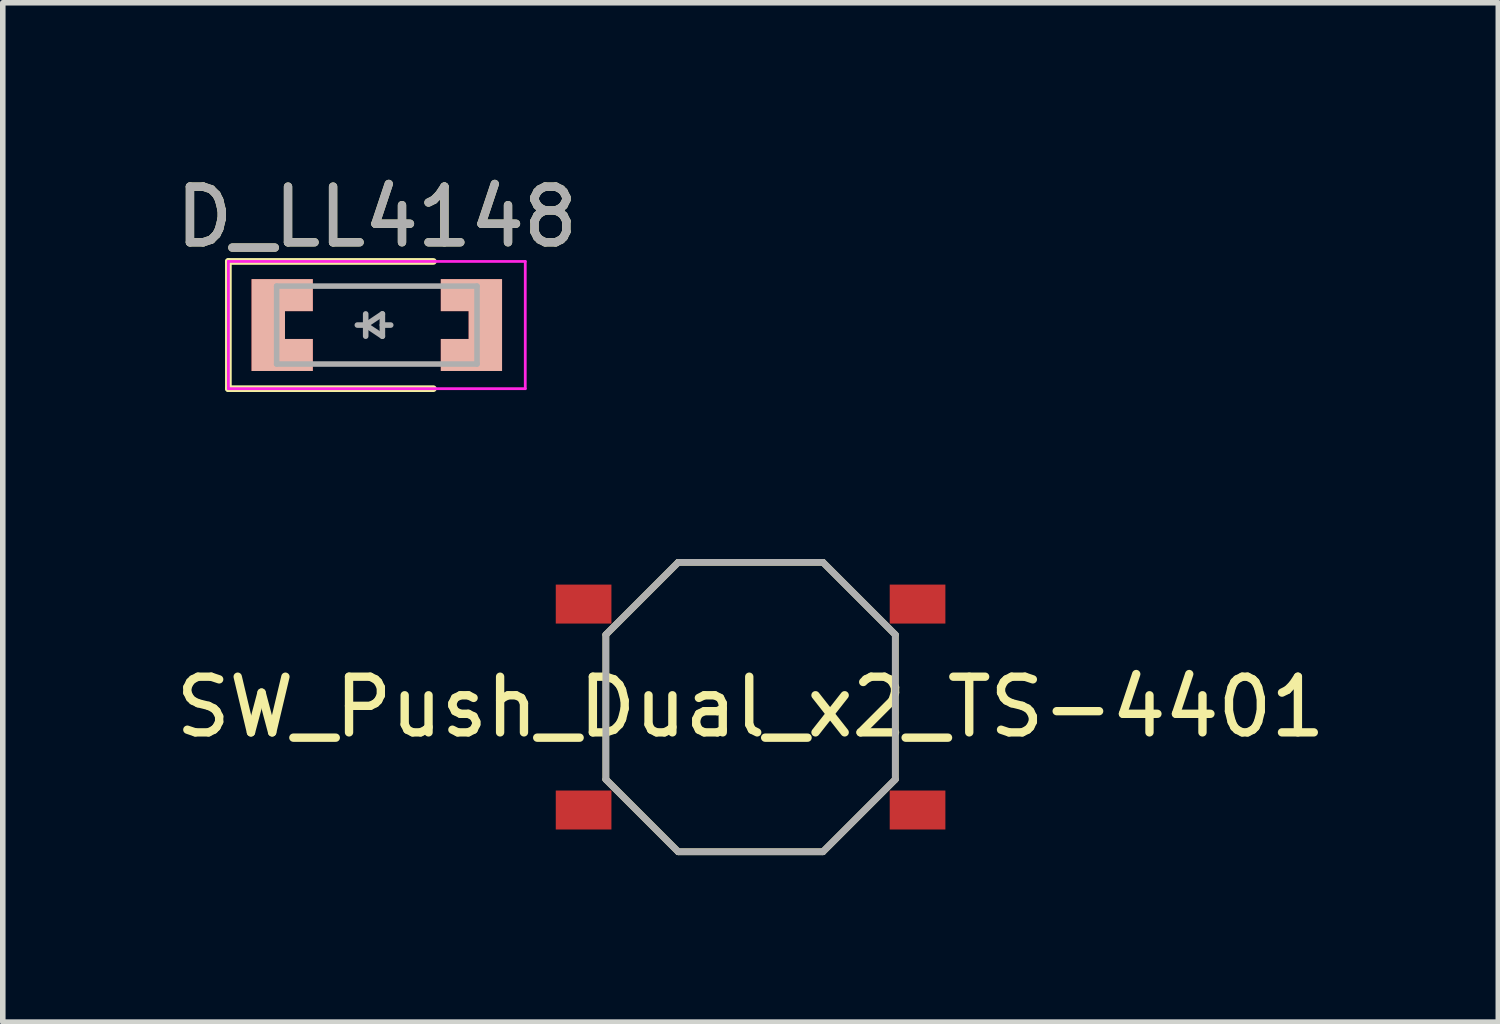
<source format=kicad_pcb>
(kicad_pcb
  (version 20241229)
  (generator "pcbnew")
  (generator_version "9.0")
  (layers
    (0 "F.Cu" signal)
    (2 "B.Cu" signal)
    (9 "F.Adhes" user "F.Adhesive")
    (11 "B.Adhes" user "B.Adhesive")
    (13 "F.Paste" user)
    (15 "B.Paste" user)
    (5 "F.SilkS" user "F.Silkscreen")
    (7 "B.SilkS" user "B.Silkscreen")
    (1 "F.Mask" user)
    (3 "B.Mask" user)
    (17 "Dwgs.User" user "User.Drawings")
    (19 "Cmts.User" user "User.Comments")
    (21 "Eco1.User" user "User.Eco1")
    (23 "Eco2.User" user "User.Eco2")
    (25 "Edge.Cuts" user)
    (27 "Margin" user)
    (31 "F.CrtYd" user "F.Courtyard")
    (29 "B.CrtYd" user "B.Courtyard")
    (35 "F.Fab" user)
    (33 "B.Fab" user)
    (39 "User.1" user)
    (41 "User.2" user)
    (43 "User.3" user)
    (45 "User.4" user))
  (footprint "D_LL4148"
    (layer "F.Cu")
    (at 3.72 2.79)
    (property "Reference" "D_LL4148" (at 0 -1.942 0) (layer "F.SilkS") (effects (font (size 1 1) (thickness 0.15))))
    (attr smd)
    (fp_line (start -2.667 -1.143) (end -2.667 1.143) (stroke (width 0.12) (type solid)) (layer "F.SilkS"))
    (fp_line (start -2.667 -1.143) (end 1.016 -1.143) (stroke (width 0.12) (type solid)) (layer "F.SilkS"))
    (fp_line (start -2.667 1.143) (end 1.016 1.143) (stroke (width 0.12) (type solid)) (layer "F.SilkS"))
    (fp_line (start -2.667 -1.143) (end -2.667 1.143) (stroke (width 0.05) (type solid)) (layer "F.CrtYd"))
    (fp_line (start -2.667 -1.143) (end 2.667 -1.143) (stroke (width 0.05) (type solid)) (layer "F.CrtYd"))
    (fp_line (start 2.667 -1.143) (end 2.667 1.143) (stroke (width 0.05) (type solid)) (layer "F.CrtYd"))
    (fp_line (start 2.667 1.143) (end -2.667 1.143) (stroke (width 0.05) (type solid)) (layer "F.CrtYd"))
    (fp_line (start -1.8 -0.7) (end -1.8 0.7) (stroke (width 0.1) (type solid)) (layer "F.Fab"))
    (fp_line (start -1.8 0.7) (end 1.8 0.7) (stroke (width 0.1) (type solid)) (layer "F.Fab"))
    (fp_line (start -0.2 0) (end -0.35 0) (stroke (width 0.1) (type solid)) (layer "F.Fab"))
    (fp_line (start -0.2 0) (end 0.1 0.2) (stroke (width 0.1) (type solid)) (layer "F.Fab"))
    (fp_line (start -0.2 0.2) (end -0.2 -0.2) (stroke (width 0.1) (type solid)) (layer "F.Fab"))
    (fp_line (start 0.1 -0.2) (end -0.2 0) (stroke (width 0.1) (type solid)) (layer "F.Fab"))
    (fp_line (start 0.1 0) (end 0.25 0) (stroke (width 0.1) (type solid)) (layer "F.Fab"))
    (fp_line (start 0.1 0.2) (end 0.1 -0.2) (stroke (width 0.1) (type solid)) (layer "F.Fab"))
    (fp_line (start 1.8 -0.7) (end -1.8 -0.7) (stroke (width 0.1) (type solid)) (layer "F.Fab"))
    (fp_line (start 1.8 0.7) (end 1.8 -0.7) (stroke (width 0.1) (type solid)) (layer "F.Fab"))
    (fp_text user "${REFERENCE}" (at 0 -1.942 0) (layer "F.Fab") (effects (font (size 1 1) (thickness 0.15))))
    (pad "1" smd custom (at -1.95 0) (size 0.6 1.6) (layers "F.Cu" "F.Mask" "B.SilkS" "F.Paste" "Eco1.User") (options (anchor rect)) (primitives (gr_poly (pts (xy -0.3 -0.825) (xy -0.3 0.825) (xy 0.8 0.825) (xy 0.8 0.25) (xy 0.3 0.25) (xy 0.3 -0.25) (xy 0.8 -0.25) (xy 0.8 -0.825)) (width 0) (fill yes))))
    (pad "2" smd custom (at 1.95 0 180) (size 0.6 1.6) (layers "F.Cu" "F.Mask" "B.SilkS" "F.Paste" "Eco1.User") (options (anchor rect)) (primitives (gr_poly (pts (xy -0.3 -0.825) (xy -0.3 0.825) (xy 0.8 0.825) (xy 0.8 0.25) (xy 0.3 0.25) (xy 0.3 -0.25) (xy 0.8 -0.25) (xy 0.8 -0.825)) (width 0) (fill yes)))))
  (footprint "SW_Push_Dual_x2_TS-4401"
    (layer "F.Cu")
    (at 10.435 9.653)
    (property "Reference" "SW_Push_Dual_x2_TS-4401" (at 0 0 0) (layer "F.SilkS") (effects (font (size 1 1) (thickness 0.15))))
    (attr smd)
    (fp_line (start -2.6 -1.3) (end -2.6 1.3) (stroke (width 0.12) (type solid)) (layer "F.SilkS"))
    (fp_line (start -2.6 1.3) (end -1.3 2.6) (stroke (width 0.12) (type solid)) (layer "F.SilkS"))
    (fp_line (start -1.3 -2.6) (end -2.6 -1.3) (stroke (width 0.12) (type solid)) (layer "F.SilkS"))
    (fp_line (start -1.3 2.6) (end 1.3 2.6) (stroke (width 0.12) (type solid)) (layer "F.SilkS"))
    (fp_line (start 1.3 -2.6) (end -1.3 -2.6) (stroke (width 0.12) (type solid)) (layer "F.SilkS"))
    (fp_line (start 1.3 2.6) (end 2.6 1.3) (stroke (width 0.12) (type solid)) (layer "F.SilkS"))
    (fp_line (start 2.6 -1.3) (end 1.3 -2.6) (stroke (width 0.12) (type solid)) (layer "F.SilkS"))
    (fp_line (start 2.6 1.3) (end 2.6 -1.3) (stroke (width 0.12) (type solid)) (layer "F.SilkS"))
    (fp_line (start -2.6 -1.3) (end -1.3 -2.6) (stroke (width 0.12) (type solid)) (layer "F.Fab"))
    (fp_line (start -2.6 1.3) (end -2.6 -1.3) (stroke (width 0.12) (type solid)) (layer "F.Fab"))
    (fp_line (start -1.3 -2.6) (end 1.3 -2.6) (stroke (width 0.12) (type solid)) (layer "F.Fab"))
    (fp_line (start -1.3 2.6) (end -2.6 1.3) (stroke (width 0.12) (type solid)) (layer "F.Fab"))
    (fp_line (start 1.3 -2.6) (end 2.6 -1.3) (stroke (width 0.12) (type solid)) (layer "F.Fab"))
    (fp_line (start 1.3 2.6) (end -1.3 2.6) (stroke (width 0.12) (type solid)) (layer "F.Fab"))
    (fp_line (start 2.6 -1.3) (end 2.6 1.3) (stroke (width 0.12) (type solid)) (layer "F.Fab"))
    (fp_line (start 2.6 1.3) (end 1.3 2.6) (stroke (width 0.12) (type solid)) (layer "F.Fab"))
    (pad "1" smd rect (at -3 -1.85 180) (size 1 0.7) (layers "F.Cu" "F.Mask" "F.Paste"))
    (pad "1" smd rect (at 3 -1.85 180) (size 1 0.7) (layers "F.Cu" "F.Mask" "F.Paste"))
    (pad "2" smd rect (at -3 1.85 180) (size 1 0.7) (layers "F.Cu" "F.Mask" "F.Paste"))
    (pad "2" smd rect (at 3 1.85 180) (size 1 0.7) (layers "F.Cu" "F.Mask" "F.Paste")))
  (gr_rect
    (start -3 -3)
    (end 23.869 15.313)
    (stroke (width 0.1) (type default))
    (fill no)
    (layer "Edge.Cuts")))
</source>
